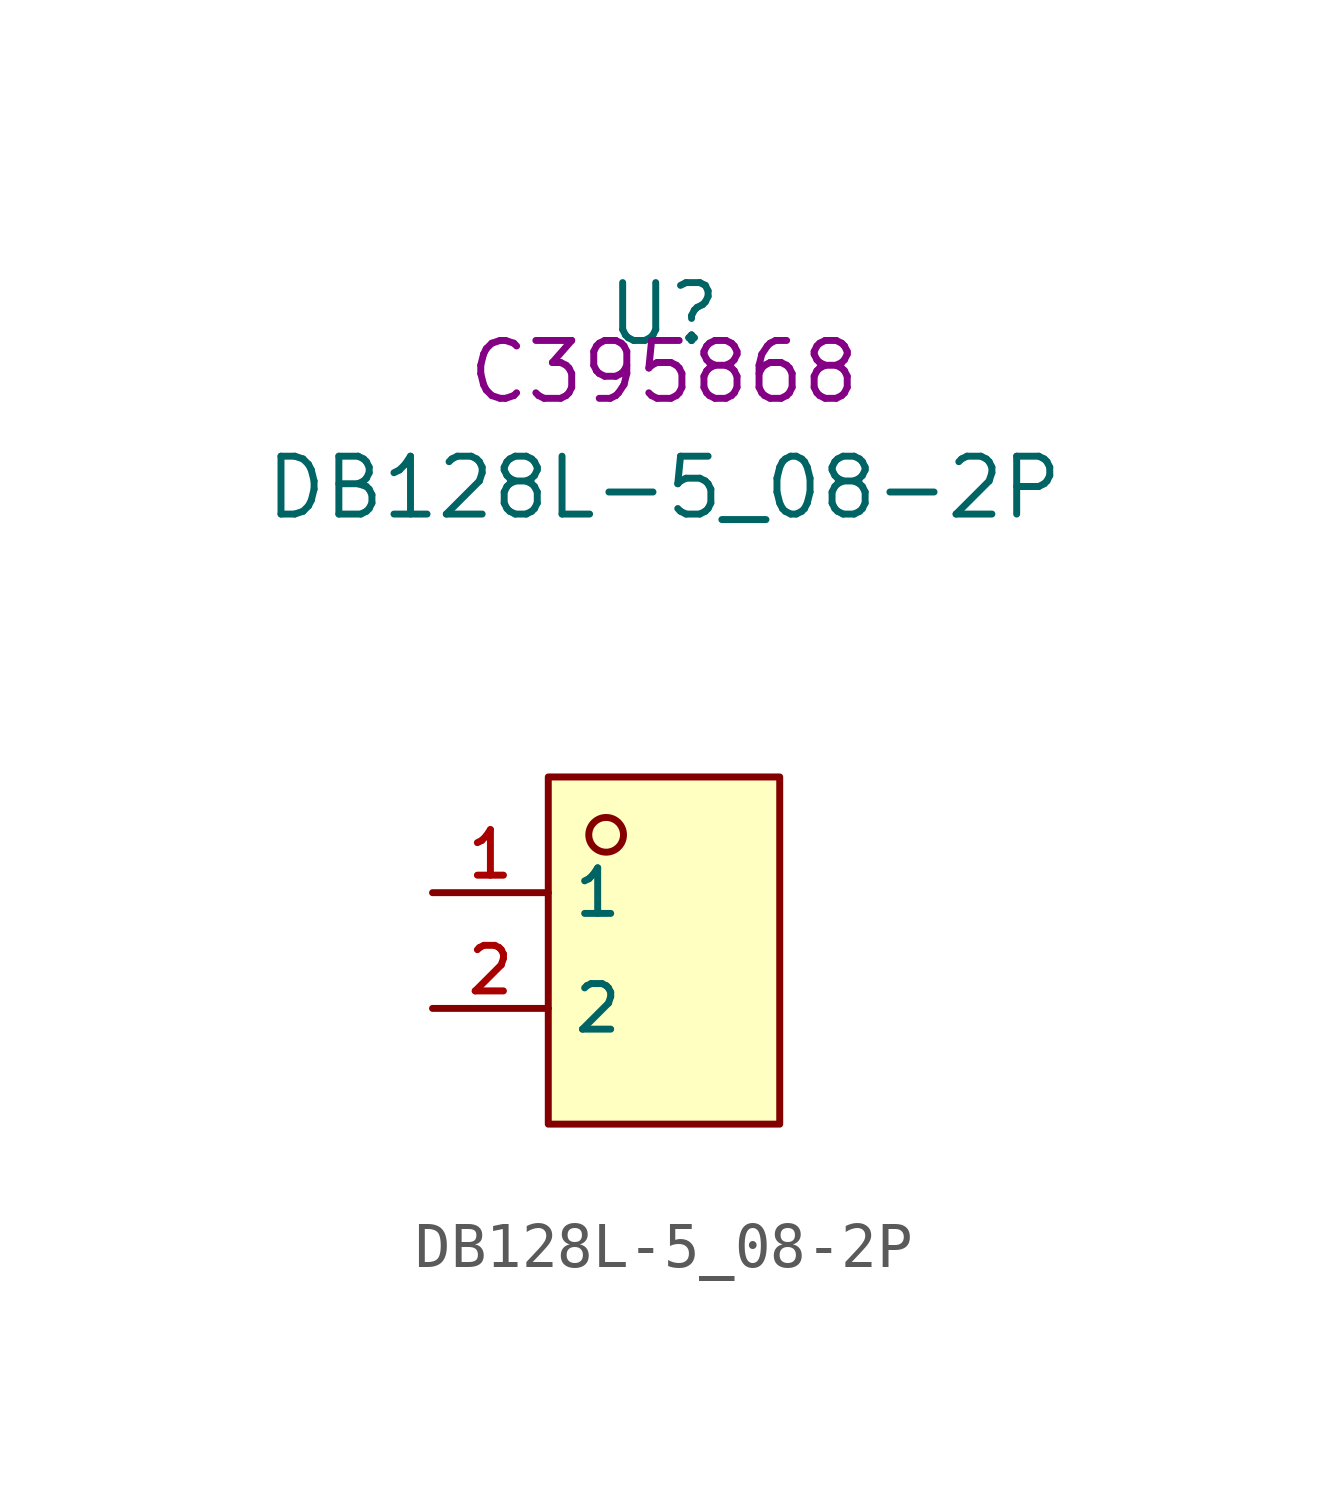
<source format=kicad_sym>
(kicad_symbol_lib
  (version 20210201)
  (generator TousstNicolas/JLC2KiCad_lib)
  (symbol "DB128L-5_08-2P"
    (property "Reference" "U"
      (at 0 1.27 0)
      (effects (font (size 1.27 1.27))))
    (property "Value" "DB128L-5_08-2P"
      (at 0 -2.54 0)
      (effects (font (size 1.27 1.27))))
    (property "LCSC" "C395868"
      (at 0 0 0)
      (effects (font (size 1.27 1.27))))
    (symbol "DB128L-5_08-2P_0_0"
      (rectangle (start -2.54 -8.89) (end 2.54 -16.51) (stroke (width 0) (type default) (color 0 0 0 0)) (fill (type background)))
      (circle (center -1.27 -10.16) (radius 0.381) (stroke (width 0) (type default) (color 0 0 0 0)) (fill (type background)))
      (pin unspecified line (at -5.08 -11.43 0) (length 2.54) (name "1" (effects (font (size 1 1)))) (number "1" (effects (font (size 1 1)))))
      (pin unspecified line (at -5.08 -13.97 0) (length 2.54) (name "2" (effects (font (size 1 1)))) (number "2" (effects (font (size 1 1))))))))
</source>
